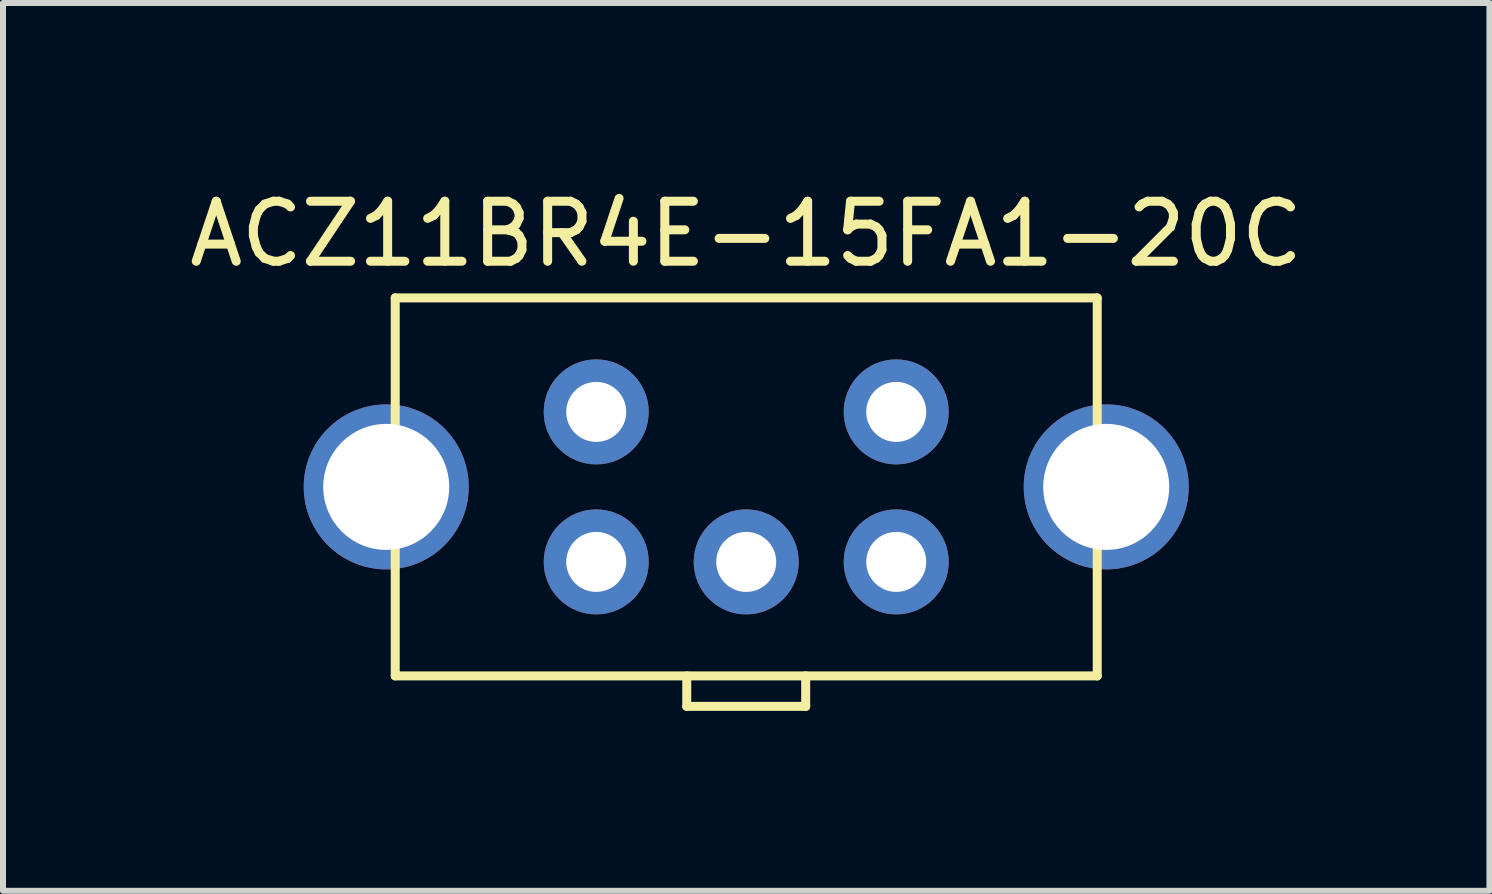
<source format=kicad_pcb>
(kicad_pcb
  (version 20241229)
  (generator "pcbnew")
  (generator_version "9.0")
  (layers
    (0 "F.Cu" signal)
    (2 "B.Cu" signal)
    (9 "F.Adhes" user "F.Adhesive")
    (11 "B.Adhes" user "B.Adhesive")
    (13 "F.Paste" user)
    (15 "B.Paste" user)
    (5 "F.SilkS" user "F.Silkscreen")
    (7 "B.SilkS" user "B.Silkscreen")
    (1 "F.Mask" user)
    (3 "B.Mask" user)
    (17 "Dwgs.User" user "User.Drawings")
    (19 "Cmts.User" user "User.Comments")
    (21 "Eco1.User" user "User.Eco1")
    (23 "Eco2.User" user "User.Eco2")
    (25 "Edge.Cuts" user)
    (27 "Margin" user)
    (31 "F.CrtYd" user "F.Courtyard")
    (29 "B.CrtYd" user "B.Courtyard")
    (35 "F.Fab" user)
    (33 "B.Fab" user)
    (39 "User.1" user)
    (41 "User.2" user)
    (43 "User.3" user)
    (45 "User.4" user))
  (footprint "ACZ11BR4E-15FA1-20C"
    (layer "F.Cu")
    (at 9.387 5.065)
    (property "Reference" "ACZ11BR4E-15FA1-20C" (at 0 -4.216 0) (layer "F.SilkS") (effects (font (size 1 1) (thickness 0.15))))
    (attr through_hole)
    (fp_line (start -5.85 -3.15) (end 5.85 -3.15) (stroke (width 0.15) (type solid)) (layer "F.SilkS"))
    (fp_line (start -5.85 3.15) (end -5.85 -3.15) (stroke (width 0.15) (type solid)) (layer "F.SilkS"))
    (fp_line (start -0.991 3.15) (end -0.991 3.658) (stroke (width 0.15) (type solid)) (layer "F.SilkS"))
    (fp_line (start -0.991 3.658) (end 0.991 3.658) (stroke (width 0.15) (type solid)) (layer "F.SilkS"))
    (fp_line (start 0.991 3.658) (end 0.991 3.15) (stroke (width 0.15) (type solid)) (layer "F.SilkS"))
    (fp_line (start 5.85 -3.15) (end 5.85 3.15) (stroke (width 0.15) (type solid)) (layer "F.SilkS"))
    (fp_line (start 5.85 3.15) (end -5.85 3.15) (stroke (width 0.15) (type solid)) (layer "F.SilkS"))
    (pad "" thru_hole circle (at -6 0) (size 2.75 2.75) (drill 2.1) (layers "*.Cu" "*.Mask"))
    (pad "" thru_hole circle (at 6 0) (size 2.75 2.75) (drill 2.1) (layers "*.Cu" "*.Mask"))
    (pad "A" thru_hole circle (at -2.5 1.25) (size 1.75 1.75) (drill 1) (layers "*.Cu" "*.Mask"))
    (pad "B" thru_hole circle (at 2.5 1.25) (size 1.75 1.75) (drill 1) (layers "*.Cu" "*.Mask"))
    (pad "C" thru_hole circle (at 0 1.25) (size 1.75 1.75) (drill 1) (layers "*.Cu" "*.Mask"))
    (pad "S1" thru_hole circle (at -2.5 -1.25) (size 1.75 1.75) (drill 1) (layers "*.Cu" "*.Mask"))
    (pad "S2" thru_hole circle (at 2.5 -1.25) (size 1.75 1.75) (drill 1) (layers "*.Cu" "*.Mask")))
  (gr_rect
    (start -3 -3)
    (end 21.774 11.797)
    (stroke (width 0.1) (type default))
    (fill no)
    (layer "Edge.Cuts")))
</source>
